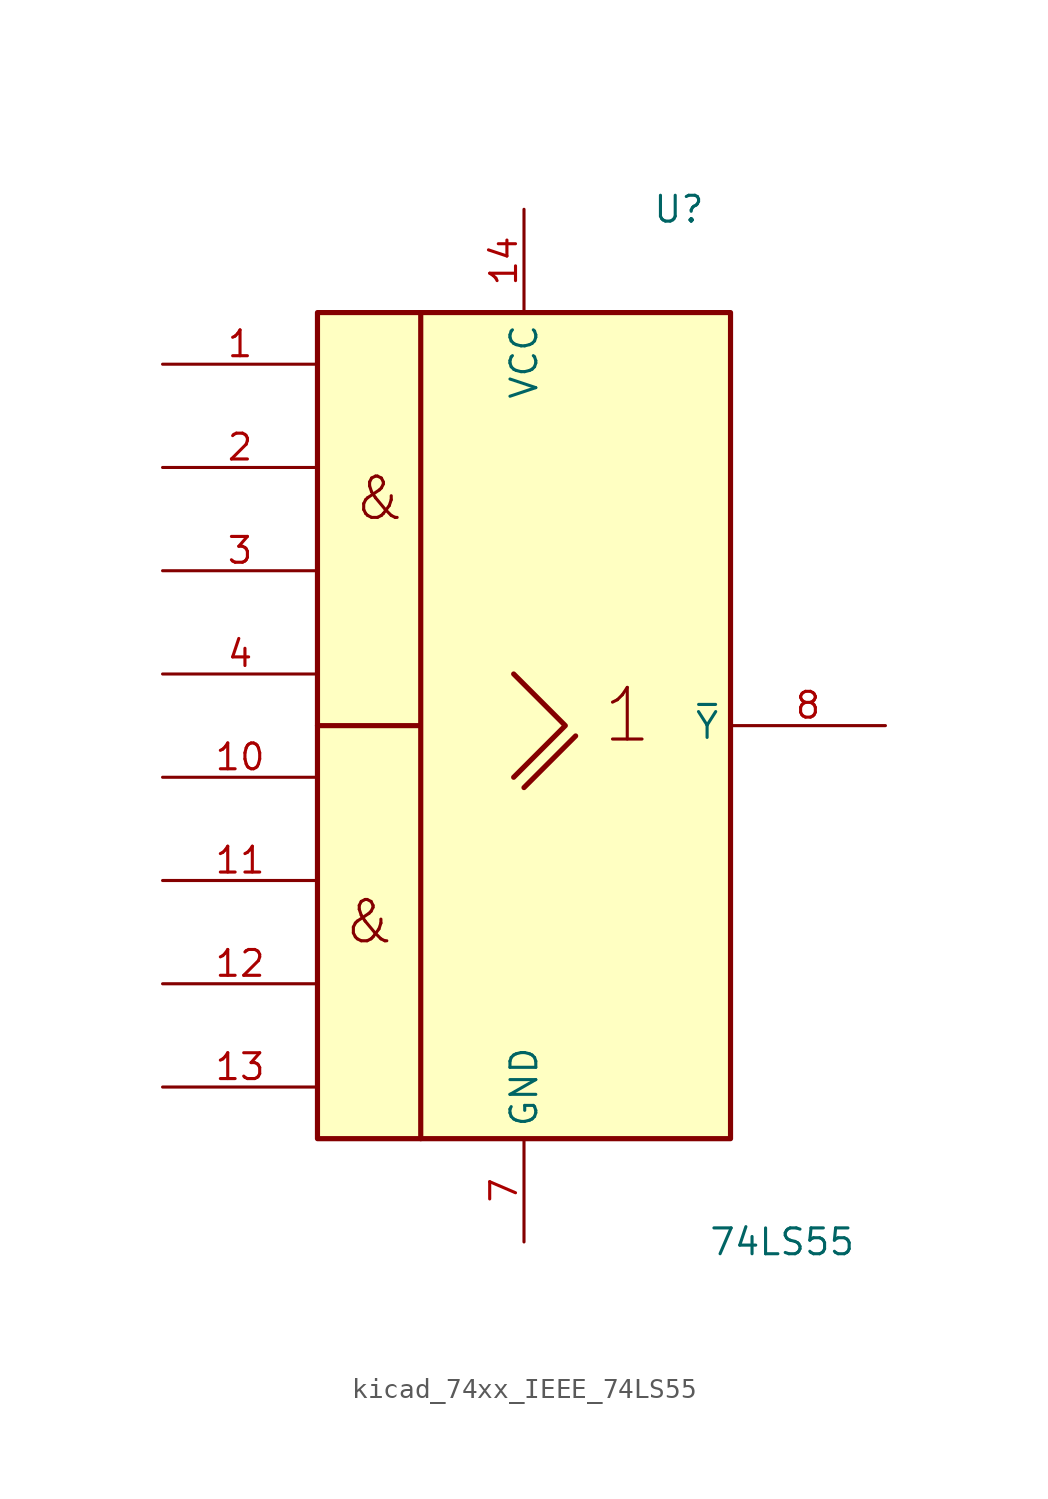
<source format=kicad_sym>
(kicad_symbol_lib
  (version 20220914)
  (generator kicad_symbol_editor)
  (symbol "kicad_74xx_IEEE_74LS55"
    (property "Reference" "U"
      (at 7.62 25.4 0)
      (effects (font (size 1.27 1.27))))
    (property "Value" "74LS55"
      (at 12.7 -25.4 0)
      (effects (font (size 1.27 1.27))))
    (symbol "kicad_74xx_IEEE_74LS55_0_0"
      (polyline (pts (xy 0 -3.048) (xy 2.54 -0.508)) (stroke (width 0.254) (type default)) (fill (type background)))
      (polyline (pts (xy -0.508 2.54) (xy 2.032 0) (xy -0.508 -2.54) (xy -0.508 -2.54)) (stroke (width 0.254) (type default)) (fill (type background)))
      (text "&" (at -7.62 -9.652 0) (effects (font (size 2.032 2.032))))
      (text "&" (at -7.112 11.176 0) (effects (font (size 2.032 2.032))))
      (text "1" (at 5.08 0.508 0) (effects (font (size 2.54 2.54)))))
    (symbol "kicad_74xx_IEEE_74LS55_0_1"
      (rectangle (start -10.16 20.32) (end 10.16 -20.32) (stroke (width 0.254) (type default)) (fill (type background)))
      (polyline (pts (xy -5.08 20.32) (xy -5.08 0) (xy -10.16 0) (xy -5.08 0) (xy -5.08 -20.32) (xy -5.08 -20.32)) (stroke (width 0.254) (type default)) (fill (type background)))
      (pin power_in line (at 0 25.4 270) (length 5.08) (name "VCC" (effects (font (size 1.27 1.27)))) (number "14" (effects (font (size 1.27 1.27)))))
      (pin power_in line (at 0 -25.4 90) (length 5.08) (name "GND" (effects (font (size 1.27 1.27)))) (number "7" (effects (font (size 1.27 1.27))))))
    (symbol "kicad_74xx_IEEE_74LS55_1_1"
      (pin input line (at -17.78 17.78 0) (length 7.62) (name "~" (effects (font (size 1.27 1.27)))) (number "1" (effects (font (size 1.27 1.27)))))
      (pin input line (at -17.78 -2.54 0) (length 7.62) (name "~" (effects (font (size 1.27 1.27)))) (number "10" (effects (font (size 1.27 1.27)))))
      (pin input line (at -17.78 -7.62 0) (length 7.62) (name "~" (effects (font (size 1.27 1.27)))) (number "11" (effects (font (size 1.27 1.27)))))
      (pin input line (at -17.78 -12.7 0) (length 7.62) (name "~" (effects (font (size 1.27 1.27)))) (number "12" (effects (font (size 1.27 1.27)))))
      (pin input line (at -17.78 -17.78 0) (length 7.62) (name "~" (effects (font (size 1.27 1.27)))) (number "13" (effects (font (size 1.27 1.27)))))
      (pin input line (at -17.78 12.7 0) (length 7.62) (name "~" (effects (font (size 1.27 1.27)))) (number "2" (effects (font (size 1.27 1.27)))))
      (pin input line (at -17.78 7.62 0) (length 7.62) (name "~" (effects (font (size 1.27 1.27)))) (number "3" (effects (font (size 1.27 1.27)))))
      (pin input line (at -17.78 2.54 0) (length 7.62) (name "~" (effects (font (size 1.27 1.27)))) (number "4" (effects (font (size 1.27 1.27)))))
      (pin output line (at 17.78 0 180) (length 7.62) (name "~{Y}" (effects (font (size 1.27 1.27)))) (number "8" (effects (font (size 1.27 1.27))))))))
</source>
